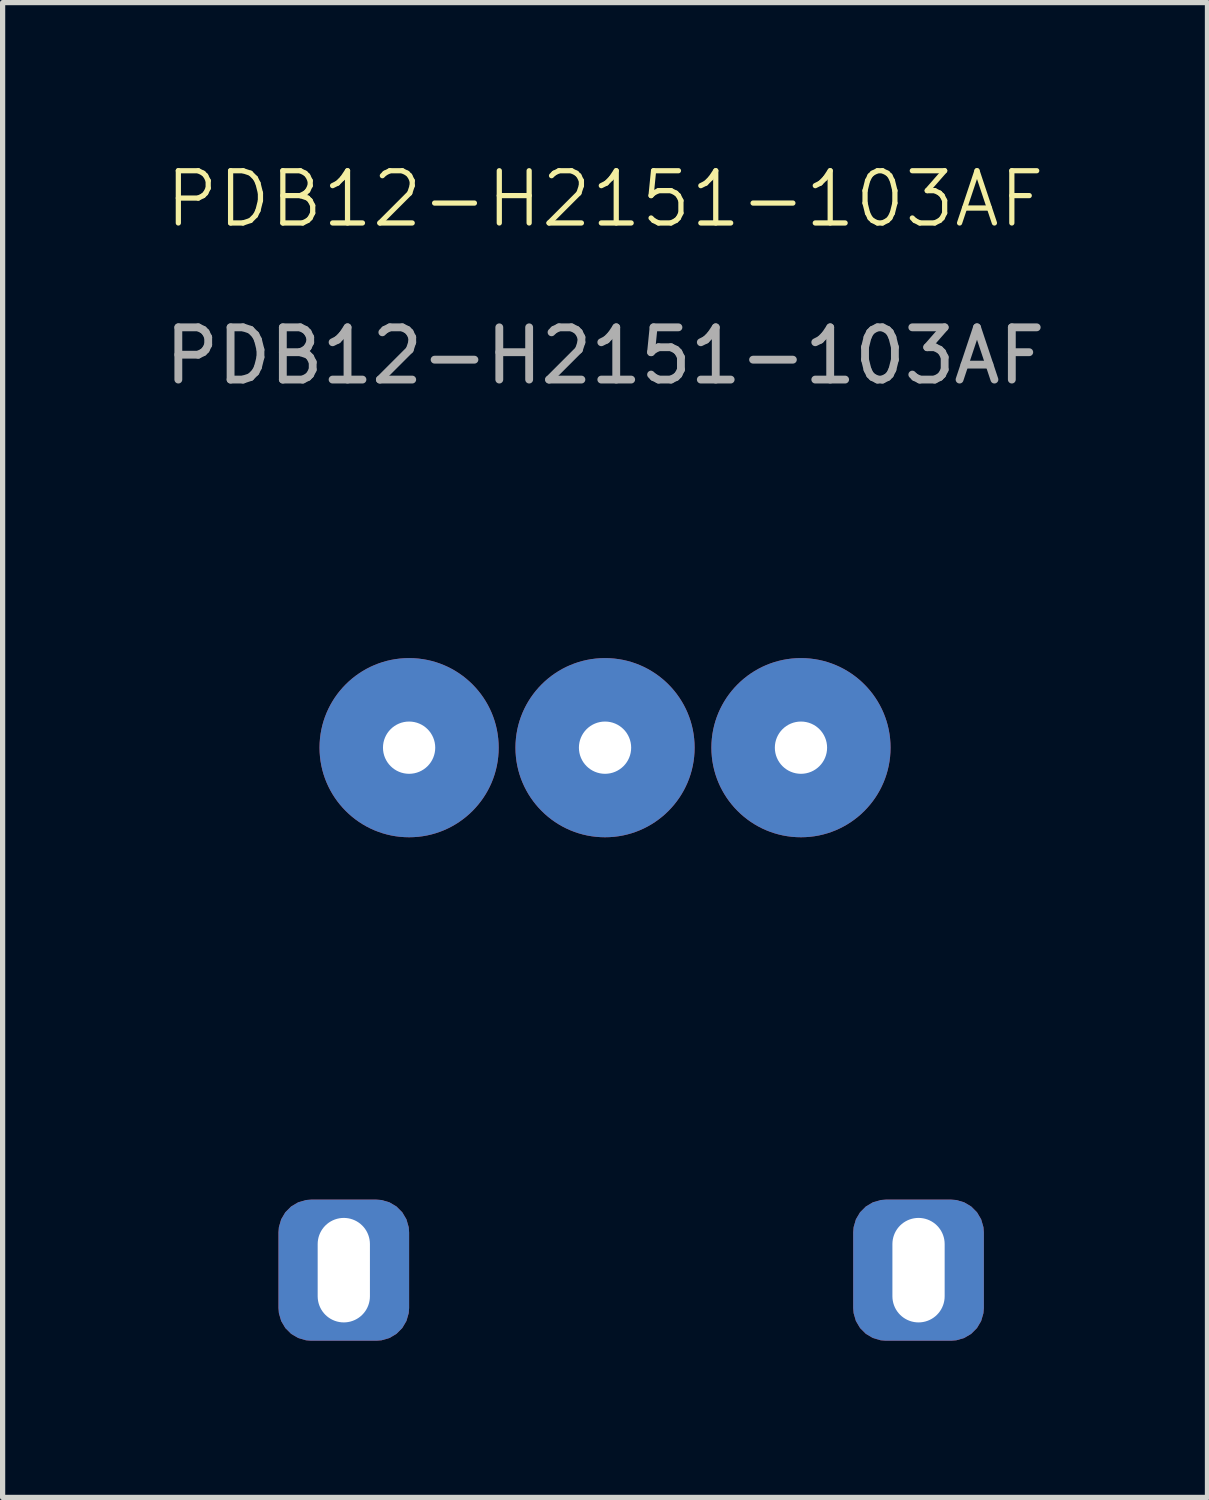
<source format=kicad_pcb>
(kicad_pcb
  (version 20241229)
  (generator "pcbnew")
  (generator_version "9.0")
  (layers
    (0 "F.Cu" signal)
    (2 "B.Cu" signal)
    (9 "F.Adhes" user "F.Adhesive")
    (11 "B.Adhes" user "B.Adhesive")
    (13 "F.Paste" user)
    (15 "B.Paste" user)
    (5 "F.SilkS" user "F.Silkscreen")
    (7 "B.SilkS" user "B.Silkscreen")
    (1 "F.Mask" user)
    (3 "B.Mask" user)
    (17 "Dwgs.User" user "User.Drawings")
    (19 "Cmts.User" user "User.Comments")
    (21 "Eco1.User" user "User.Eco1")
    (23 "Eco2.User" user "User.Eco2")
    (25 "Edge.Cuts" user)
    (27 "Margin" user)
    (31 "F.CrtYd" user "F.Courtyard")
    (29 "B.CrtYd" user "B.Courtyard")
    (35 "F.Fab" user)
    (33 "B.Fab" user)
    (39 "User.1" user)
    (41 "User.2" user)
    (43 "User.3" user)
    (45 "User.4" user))
  (footprint "PDB12-H2151-103AF"
    (layer "F.Cu")
    (at 8.53 1.26)
    (property "Reference" "PDB12-H2151-103AF" (at 0 -0.5 0) (unlocked yes) (layer "F.SilkS") (effects (font (size 1 1) (thickness 0.1))))
    (attr smd)
    (fp_text user "${REFERENCE}" (at 0 2.5 0) (unlocked yes) (layer "F.Fab") (effects (font (size 1 1) (thickness 0.15))))
    (pad "1" thru_hole circle (at -3.75 10) (size 3.429 3.429) (drill 1) (layers "*.Cu" "*.Mask"))
    (pad "2" thru_hole circle (at 0 10) (size 3.429 3.429) (drill 1) (layers "*.Cu" "*.Mask"))
    (pad "3" thru_hole circle (at 3.75 10) (size 3.429 3.429) (drill 1) (layers "*.Cu" "*.Mask"))
    (pad "5" thru_hole roundrect (at -5 20) (size 2.5 2.7) (drill oval 1 2) (layers "*.Cu" "*.Mask") (roundrect_rratio 0.25))
    (pad "5" thru_hole roundrect (at 6 20) (size 2.5 2.7) (drill oval 1 2) (layers "*.Cu" "*.Mask") (roundrect_rratio 0.25)))
  (gr_rect
    (start -3 -3)
    (end 20.06 25.61)
    (stroke (width 0.1) (type default))
    (fill no)
    (layer "Edge.Cuts")))
</source>
